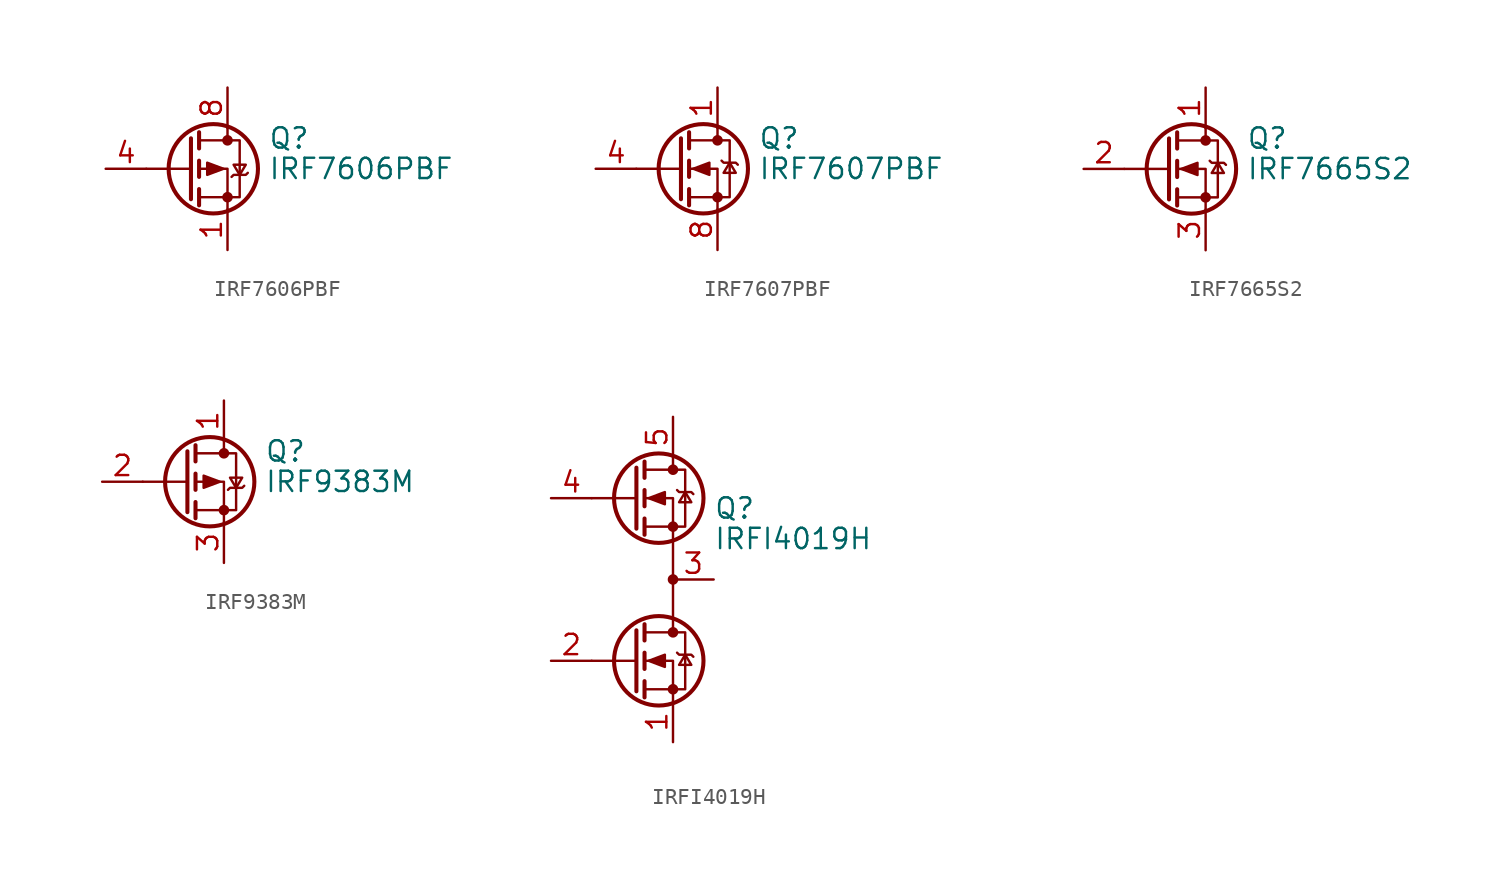
<source format=kicad_sym>
(kicad_symbol_lib
  (version 20220914)
  (generator kicad_symbol_editor)
  (symbol "IRF7606PBF"
    (pin_names hide)
    (property "Reference" "Q"
      (at 5.08 1.905 0)
      (effects (font (size 1.27 1.27)) (justify left)))
    (property "Value" "IRF7606PBF"
      (at 5.08 0 0)
      (effects (font (size 1.27 1.27)) (justify left)))
    (symbol "IRF7606PBF_0_1"
      (polyline (pts (xy 0.254 0) (xy -2.54 0)) (stroke (width 0) (type default)) (fill (type none)))
      (polyline (pts (xy 0.254 1.905) (xy 0.254 -1.905)) (stroke (width 0.254) (type default)) (fill (type none)))
      (polyline (pts (xy 0.762 -1.27) (xy 0.762 -2.286)) (stroke (width 0.254) (type default)) (fill (type none)))
      (polyline (pts (xy 0.762 0.508) (xy 0.762 -0.508)) (stroke (width 0.254) (type default)) (fill (type none)))
      (polyline (pts (xy 0.762 2.286) (xy 0.762 1.27)) (stroke (width 0.254) (type default)) (fill (type none)))
      (polyline (pts (xy 2.54 2.54) (xy 2.54 1.778)) (stroke (width 0) (type default)) (fill (type none)))
      (polyline (pts (xy 2.54 -2.54) (xy 2.54 0) (xy 0.762 0)) (stroke (width 0) (type default)) (fill (type none)))
      (polyline (pts (xy 0.762 1.778) (xy 3.302 1.778) (xy 3.302 -1.778) (xy 0.762 -1.778)) (stroke (width 0) (type default)) (fill (type none)))
      (polyline (pts (xy 2.286 0) (xy 1.27 0.381) (xy 1.27 -0.381) (xy 2.286 0)) (stroke (width 0) (type default)) (fill (type outline)))
      (polyline (pts (xy 2.794 -0.508) (xy 2.921 -0.381) (xy 3.683 -0.381) (xy 3.81 -0.254)) (stroke (width 0) (type default)) (fill (type none)))
      (polyline (pts (xy 3.302 -0.381) (xy 2.921 0.254) (xy 3.683 0.254) (xy 3.302 -0.381)) (stroke (width 0) (type default)) (fill (type none)))
      (circle (center 1.651 0) (radius 2.794) (stroke (width 0.254) (type default)) (fill (type none)))
      (circle (center 2.54 -1.778) (radius 0.254) (stroke (width 0) (type default)) (fill (type outline)))
      (circle (center 2.54 1.778) (radius 0.254) (stroke (width 0) (type default)) (fill (type outline))))
    (symbol "IRF7606PBF_1_1"
      (pin passive line (at 2.54 -5.08 90) (length 2.54) (name "S" (effects (font (size 1.27 1.27)))) (number "1" (effects (font (size 1.27 1.27)))))
      (pin passive line (at 2.54 -5.08 90) (length 2.54) hide (name "S" (effects (font (size 1.27 1.27)))) (number "2" (effects (font (size 1.27 1.27)))))
      (pin passive line (at 2.54 -5.08 90) (length 2.54) hide (name "S" (effects (font (size 1.27 1.27)))) (number "3" (effects (font (size 1.27 1.27)))))
      (pin passive line (at -5.08 0 0) (length 2.54) (name "G" (effects (font (size 1.27 1.27)))) (number "4" (effects (font (size 1.27 1.27)))))
      (pin passive line (at 2.54 5.08 270) (length 2.54) hide (name "D" (effects (font (size 1.27 1.27)))) (number "5" (effects (font (size 1.27 1.27)))))
      (pin passive line (at 2.54 5.08 270) (length 2.54) hide (name "D" (effects (font (size 1.27 1.27)))) (number "6" (effects (font (size 1.27 1.27)))))
      (pin passive line (at 2.54 5.08 270) (length 2.54) hide (name "D" (effects (font (size 1.27 1.27)))) (number "7" (effects (font (size 1.27 1.27)))))
      (pin passive line (at 2.54 5.08 270) (length 2.54) (name "D" (effects (font (size 1.27 1.27)))) (number "8" (effects (font (size 1.27 1.27)))))))
  (symbol "IRF7607PBF"
    (pin_names hide)
    (property "Reference" "Q"
      (at 5.08 1.905 0)
      (effects (font (size 1.27 1.27)) (justify left)))
    (property "Value" "IRF7607PBF"
      (at 5.08 0 0)
      (effects (font (size 1.27 1.27)) (justify left)))
    (symbol "IRF7607PBF_0_1"
      (polyline (pts (xy 0.254 0) (xy -2.54 0)) (stroke (width 0) (type default)) (fill (type none)))
      (polyline (pts (xy 0.254 1.905) (xy 0.254 -1.905)) (stroke (width 0.254) (type default)) (fill (type none)))
      (polyline (pts (xy 0.762 -1.27) (xy 0.762 -2.286)) (stroke (width 0.254) (type default)) (fill (type none)))
      (polyline (pts (xy 0.762 0.508) (xy 0.762 -0.508)) (stroke (width 0.254) (type default)) (fill (type none)))
      (polyline (pts (xy 0.762 2.286) (xy 0.762 1.27)) (stroke (width 0.254) (type default)) (fill (type none)))
      (polyline (pts (xy 2.54 2.54) (xy 2.54 1.778)) (stroke (width 0) (type default)) (fill (type none)))
      (polyline (pts (xy 2.54 -2.54) (xy 2.54 0) (xy 0.762 0)) (stroke (width 0) (type default)) (fill (type none)))
      (polyline (pts (xy 0.762 -1.778) (xy 3.302 -1.778) (xy 3.302 1.778) (xy 0.762 1.778)) (stroke (width 0) (type default)) (fill (type none)))
      (polyline (pts (xy 1.016 0) (xy 2.032 0.381) (xy 2.032 -0.381) (xy 1.016 0)) (stroke (width 0) (type default)) (fill (type outline)))
      (polyline (pts (xy 2.794 0.508) (xy 2.921 0.381) (xy 3.683 0.381) (xy 3.81 0.254)) (stroke (width 0) (type default)) (fill (type none)))
      (polyline (pts (xy 3.302 0.381) (xy 2.921 -0.254) (xy 3.683 -0.254) (xy 3.302 0.381)) (stroke (width 0) (type default)) (fill (type none)))
      (circle (center 1.651 0) (radius 2.794) (stroke (width 0.254) (type default)) (fill (type none)))
      (circle (center 2.54 -1.778) (radius 0.254) (stroke (width 0) (type default)) (fill (type outline)))
      (circle (center 2.54 1.778) (radius 0.254) (stroke (width 0) (type default)) (fill (type outline))))
    (symbol "IRF7607PBF_1_1"
      (pin passive line (at 2.54 5.08 270) (length 2.54) (name "S" (effects (font (size 1.27 1.27)))) (number "1" (effects (font (size 1.27 1.27)))))
      (pin passive line (at 2.54 5.08 270) (length 2.54) hide (name "S" (effects (font (size 1.27 1.27)))) (number "2" (effects (font (size 1.27 1.27)))))
      (pin passive line (at 2.54 5.08 270) (length 2.54) hide (name "S" (effects (font (size 1.27 1.27)))) (number "3" (effects (font (size 1.27 1.27)))))
      (pin passive line (at -5.08 0 0) (length 2.54) (name "G" (effects (font (size 1.27 1.27)))) (number "4" (effects (font (size 1.27 1.27)))))
      (pin passive line (at 2.54 -5.08 90) (length 2.54) hide (name "D" (effects (font (size 1.27 1.27)))) (number "5" (effects (font (size 1.27 1.27)))))
      (pin passive line (at 2.54 -5.08 90) (length 2.54) hide (name "D" (effects (font (size 1.27 1.27)))) (number "6" (effects (font (size 1.27 1.27)))))
      (pin passive line (at 2.54 -5.08 90) (length 2.54) hide (name "D" (effects (font (size 1.27 1.27)))) (number "7" (effects (font (size 1.27 1.27)))))
      (pin passive line (at 2.54 -5.08 90) (length 2.54) (name "D" (effects (font (size 1.27 1.27)))) (number "8" (effects (font (size 1.27 1.27)))))))
  (symbol "IRF7665S2"
    (pin_names hide)
    (property "Reference" "Q"
      (at 5.08 1.905 0)
      (effects (font (size 1.27 1.27)) (justify left)))
    (property "Value" "IRF7665S2"
      (at 5.08 0 0)
      (effects (font (size 1.27 1.27)) (justify left)))
    (symbol "IRF7665S2_0_1"
      (polyline (pts (xy 0.254 0) (xy -2.54 0)) (stroke (width 0) (type default)) (fill (type none)))
      (polyline (pts (xy 0.254 1.905) (xy 0.254 -1.905)) (stroke (width 0.254) (type default)) (fill (type none)))
      (polyline (pts (xy 0.762 -1.27) (xy 0.762 -2.286)) (stroke (width 0.254) (type default)) (fill (type none)))
      (polyline (pts (xy 0.762 0.508) (xy 0.762 -0.508)) (stroke (width 0.254) (type default)) (fill (type none)))
      (polyline (pts (xy 0.762 2.286) (xy 0.762 1.27)) (stroke (width 0.254) (type default)) (fill (type none)))
      (polyline (pts (xy 2.54 2.54) (xy 2.54 1.778)) (stroke (width 0) (type default)) (fill (type none)))
      (polyline (pts (xy 2.54 -2.54) (xy 2.54 0) (xy 0.762 0)) (stroke (width 0) (type default)) (fill (type none)))
      (polyline (pts (xy 0.762 -1.778) (xy 3.302 -1.778) (xy 3.302 1.778) (xy 0.762 1.778)) (stroke (width 0) (type default)) (fill (type none)))
      (polyline (pts (xy 1.016 0) (xy 2.032 0.381) (xy 2.032 -0.381) (xy 1.016 0)) (stroke (width 0) (type default)) (fill (type outline)))
      (polyline (pts (xy 2.794 0.508) (xy 2.921 0.381) (xy 3.683 0.381) (xy 3.81 0.254)) (stroke (width 0) (type default)) (fill (type none)))
      (polyline (pts (xy 3.302 0.381) (xy 2.921 -0.254) (xy 3.683 -0.254) (xy 3.302 0.381)) (stroke (width 0) (type default)) (fill (type none)))
      (circle (center 1.651 0) (radius 2.794) (stroke (width 0.254) (type default)) (fill (type none)))
      (circle (center 2.54 -1.778) (radius 0.254) (stroke (width 0) (type default)) (fill (type outline)))
      (circle (center 2.54 1.778) (radius 0.254) (stroke (width 0) (type default)) (fill (type outline))))
    (symbol "IRF7665S2_1_1"
      (pin passive line (at 2.54 5.08 270) (length 2.54) (name "D" (effects (font (size 1.27 1.27)))) (number "1" (effects (font (size 1.27 1.27)))))
      (pin input line (at -5.08 0 0) (length 2.54) (name "G" (effects (font (size 1.27 1.27)))) (number "2" (effects (font (size 1.27 1.27)))))
      (pin passive line (at 2.54 -5.08 90) (length 2.54) (name "S" (effects (font (size 1.27 1.27)))) (number "3" (effects (font (size 1.27 1.27)))))))
  (symbol "IRF9383M"
    (pin_names hide)
    (property "Reference" "Q"
      (at 5.08 1.905 0)
      (effects (font (size 1.27 1.27)) (justify left)))
    (property "Value" "IRF9383M"
      (at 5.08 0 0)
      (effects (font (size 1.27 1.27)) (justify left)))
    (symbol "IRF9383M_0_1"
      (polyline (pts (xy 0.254 0) (xy -2.54 0)) (stroke (width 0) (type default)) (fill (type none)))
      (polyline (pts (xy 0.254 1.905) (xy 0.254 -1.905)) (stroke (width 0.254) (type default)) (fill (type none)))
      (polyline (pts (xy 0.762 -1.27) (xy 0.762 -2.286)) (stroke (width 0.254) (type default)) (fill (type none)))
      (polyline (pts (xy 0.762 0.508) (xy 0.762 -0.508)) (stroke (width 0.254) (type default)) (fill (type none)))
      (polyline (pts (xy 0.762 2.286) (xy 0.762 1.27)) (stroke (width 0.254) (type default)) (fill (type none)))
      (polyline (pts (xy 2.54 2.54) (xy 2.54 1.778)) (stroke (width 0) (type default)) (fill (type none)))
      (polyline (pts (xy 2.54 -2.54) (xy 2.54 0) (xy 0.762 0)) (stroke (width 0) (type default)) (fill (type none)))
      (polyline (pts (xy 0.762 1.778) (xy 3.302 1.778) (xy 3.302 -1.778) (xy 0.762 -1.778)) (stroke (width 0) (type default)) (fill (type none)))
      (polyline (pts (xy 2.286 0) (xy 1.27 0.381) (xy 1.27 -0.381) (xy 2.286 0)) (stroke (width 0) (type default)) (fill (type outline)))
      (polyline (pts (xy 2.794 -0.508) (xy 2.921 -0.381) (xy 3.683 -0.381) (xy 3.81 -0.254)) (stroke (width 0) (type default)) (fill (type none)))
      (polyline (pts (xy 3.302 -0.381) (xy 2.921 0.254) (xy 3.683 0.254) (xy 3.302 -0.381)) (stroke (width 0) (type default)) (fill (type none)))
      (circle (center 1.651 0) (radius 2.794) (stroke (width 0.254) (type default)) (fill (type none)))
      (circle (center 2.54 -1.778) (radius 0.254) (stroke (width 0) (type default)) (fill (type outline)))
      (circle (center 2.54 1.778) (radius 0.254) (stroke (width 0) (type default)) (fill (type outline))))
    (symbol "IRF9383M_1_1"
      (pin passive line (at 2.54 5.08 270) (length 2.54) (name "D" (effects (font (size 1.27 1.27)))) (number "1" (effects (font (size 1.27 1.27)))))
      (pin input line (at -5.08 0 0) (length 2.54) (name "G" (effects (font (size 1.27 1.27)))) (number "2" (effects (font (size 1.27 1.27)))))
      (pin passive line (at 2.54 -5.08 90) (length 2.54) (name "S" (effects (font (size 1.27 1.27)))) (number "3" (effects (font (size 1.27 1.27)))))))
  (symbol "IRFI4019H"
    (pin_names hide)
    (property "Reference" "Q"
      (at 5.08 4.445 0)
      (effects (font (size 1.27 1.27)) (justify left)))
    (property "Value" "IRFI4019H"
      (at 5.08 2.54 0)
      (effects (font (size 1.27 1.27)) (justify left)))
    (symbol "IRFI4019H_0_1"
      (polyline (pts (xy 0.254 -5.08) (xy -2.54 -5.08)) (stroke (width 0) (type default)) (fill (type none)))
      (polyline (pts (xy 0.254 -3.175) (xy 0.254 -6.985)) (stroke (width 0.254) (type default)) (fill (type none)))
      (polyline (pts (xy 0.254 5.08) (xy -2.54 5.08)) (stroke (width 0) (type default)) (fill (type none)))
      (polyline (pts (xy 0.254 6.985) (xy 0.254 3.175)) (stroke (width 0.254) (type default)) (fill (type none)))
      (polyline (pts (xy 0.762 -6.35) (xy 0.762 -7.366)) (stroke (width 0.254) (type default)) (fill (type none)))
      (polyline (pts (xy 0.762 -4.572) (xy 0.762 -5.588)) (stroke (width 0.254) (type default)) (fill (type none)))
      (polyline (pts (xy 0.762 -2.794) (xy 0.762 -3.81)) (stroke (width 0.254) (type default)) (fill (type none)))
      (polyline (pts (xy 0.762 3.81) (xy 0.762 2.794)) (stroke (width 0.254) (type default)) (fill (type none)))
      (polyline (pts (xy 0.762 5.588) (xy 0.762 4.572)) (stroke (width 0.254) (type default)) (fill (type none)))
      (polyline (pts (xy 0.762 7.366) (xy 0.762 6.35)) (stroke (width 0.254) (type default)) (fill (type none)))
      (polyline (pts (xy 2.54 7.62) (xy 2.54 6.858)) (stroke (width 0) (type default)) (fill (type none)))
      (polyline (pts (xy 2.54 -7.62) (xy 2.54 -5.08) (xy 0.762 -5.08)) (stroke (width 0) (type default)) (fill (type none)))
      (polyline (pts (xy 2.54 -3.302) (xy 2.54 5.08) (xy 0.762 5.08)) (stroke (width 0) (type default)) (fill (type none)))
      (polyline (pts (xy 0.762 -6.858) (xy 3.302 -6.858) (xy 3.302 -3.302) (xy 0.762 -3.302)) (stroke (width 0) (type default)) (fill (type none)))
      (polyline (pts (xy 0.762 3.302) (xy 3.302 3.302) (xy 3.302 6.858) (xy 0.762 6.858)) (stroke (width 0) (type default)) (fill (type none)))
      (polyline (pts (xy 1.016 -5.08) (xy 2.032 -4.699) (xy 2.032 -5.461) (xy 1.016 -5.08)) (stroke (width 0) (type default)) (fill (type outline)))
      (polyline (pts (xy 1.016 5.08) (xy 2.032 5.461) (xy 2.032 4.699) (xy 1.016 5.08)) (stroke (width 0) (type default)) (fill (type outline)))
      (polyline (pts (xy 2.794 -4.572) (xy 2.921 -4.699) (xy 3.683 -4.699) (xy 3.81 -4.826)) (stroke (width 0) (type default)) (fill (type none)))
      (polyline (pts (xy 2.794 5.588) (xy 2.921 5.461) (xy 3.683 5.461) (xy 3.81 5.334)) (stroke (width 0) (type default)) (fill (type none)))
      (polyline (pts (xy 3.302 -4.699) (xy 2.921 -5.334) (xy 3.683 -5.334) (xy 3.302 -4.699)) (stroke (width 0) (type default)) (fill (type none)))
      (polyline (pts (xy 3.302 5.461) (xy 2.921 4.826) (xy 3.683 4.826) (xy 3.302 5.461)) (stroke (width 0) (type default)) (fill (type none)))
      (circle (center 1.651 -5.08) (radius 2.794) (stroke (width 0.254) (type default)) (fill (type none)))
      (circle (center 1.651 5.08) (radius 2.794) (stroke (width 0.254) (type default)) (fill (type none)))
      (circle (center 2.54 -6.858) (radius 0.254) (stroke (width 0) (type default)) (fill (type outline)))
      (circle (center 2.54 -3.302) (radius 0.254) (stroke (width 0) (type default)) (fill (type outline)))
      (circle (center 2.54 0) (radius 0.254) (stroke (width 0) (type default)) (fill (type outline)))
      (circle (center 2.54 3.302) (radius 0.254) (stroke (width 0) (type default)) (fill (type outline)))
      (circle (center 2.54 6.858) (radius 0.254) (stroke (width 0) (type default)) (fill (type outline))))
    (symbol "IRFI4019H_1_1"
      (pin passive line (at 2.54 -10.16 90) (length 2.54) (name "S2" (effects (font (size 1.27 1.27)))) (number "1" (effects (font (size 1.27 1.27)))))
      (pin input line (at -5.08 -5.08 0) (length 2.54) (name "G2" (effects (font (size 1.27 1.27)))) (number "2" (effects (font (size 1.27 1.27)))))
      (pin passive line (at 5.08 0 180) (length 2.54) (name "S1/D2" (effects (font (size 1.27 1.27)))) (number "3" (effects (font (size 1.27 1.27)))))
      (pin input line (at -5.08 5.08 0) (length 2.54) (name "G1" (effects (font (size 1.27 1.27)))) (number "4" (effects (font (size 1.27 1.27)))))
      (pin passive line (at 2.54 10.16 270) (length 2.54) (name "D1" (effects (font (size 1.27 1.27)))) (number "5" (effects (font (size 1.27 1.27))))))))
</source>
